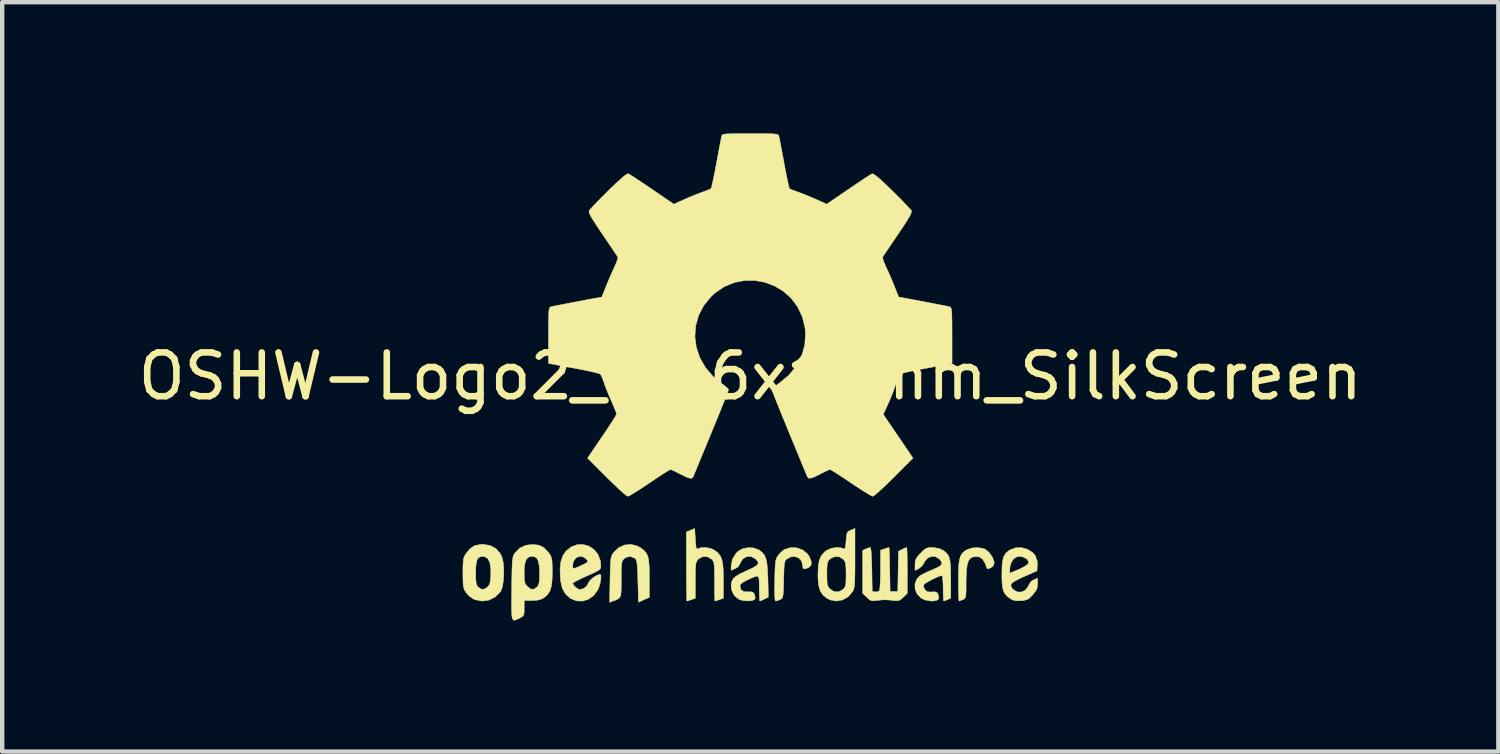
<source format=kicad_pcb>
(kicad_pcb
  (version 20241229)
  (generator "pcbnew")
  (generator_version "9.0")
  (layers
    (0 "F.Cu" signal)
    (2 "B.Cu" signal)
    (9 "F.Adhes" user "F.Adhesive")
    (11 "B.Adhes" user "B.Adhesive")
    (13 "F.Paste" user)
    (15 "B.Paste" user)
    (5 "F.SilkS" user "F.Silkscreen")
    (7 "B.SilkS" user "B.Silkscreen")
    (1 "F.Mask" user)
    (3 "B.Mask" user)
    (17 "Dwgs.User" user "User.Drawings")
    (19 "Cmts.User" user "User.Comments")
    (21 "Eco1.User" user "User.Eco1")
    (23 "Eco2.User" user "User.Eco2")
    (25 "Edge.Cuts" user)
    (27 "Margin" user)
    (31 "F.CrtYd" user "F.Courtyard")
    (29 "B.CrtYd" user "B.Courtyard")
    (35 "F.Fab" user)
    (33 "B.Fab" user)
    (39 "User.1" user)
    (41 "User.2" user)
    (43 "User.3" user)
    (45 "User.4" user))
  (footprint "OSHW-Logo2_14.6x12mm_SilkScreen"
    (layer "F.Cu")
    (at 14.101 5.552)
    (property "Reference" "OSHW-Logo2_14.6x12mm_SilkScreen" (at 0 0 0) (layer "F.SilkS") (effects (font (size 1 1) (thickness 0.15))))
    (attr board_only exclude_from_pos_files exclude_from_bom)
    (fp_poly (pts (xy 5.336 3.94) (xy 5.371 3.955) (xy 5.454 4.021) (xy 5.525 4.117) (xy 5.569 4.218) (xy 5.576 4.269) (xy 5.552 4.339) (xy 5.5 4.376) (xy 5.443 4.398) (xy 5.417 4.402) (xy 5.405 4.372) (xy 5.38 4.307) (xy 5.369 4.277) (xy 5.308 4.175) (xy 5.219 4.124) (xy 5.105 4.126) (xy 5.097 4.128) (xy 5.036 4.157) (xy 4.991 4.213) (xy 4.961 4.303) (xy 4.943 4.435) (xy 4.935 4.614) (xy 4.934 4.709) (xy 4.934 4.86) (xy 4.931 4.962) (xy 4.925 5.028) (xy 4.912 5.066) (xy 4.892 5.088) (xy 4.861 5.104) (xy 4.86 5.105) (xy 4.801 5.129) (xy 4.772 5.138) (xy 4.768 5.111) (xy 4.764 5.035) (xy 4.761 4.92) (xy 4.759 4.775) (xy 4.759 4.67) (xy 4.761 4.466) (xy 4.767 4.311) (xy 4.782 4.196) (xy 4.806 4.113) (xy 4.842 4.051) (xy 4.893 4.003) (xy 4.943 3.969) (xy 5.063 3.925) (xy 5.204 3.915) (xy 5.336 3.94)) (stroke (width 0.01) (type solid)) (fill yes) (layer "F.SilkS"))
    (fp_poly (pts (xy -2.583 3.878) (xy -2.489 3.932) (xy -2.424 3.986) (xy -2.376 4.042) (xy -2.343 4.111) (xy -2.323 4.202) (xy -2.311 4.327) (xy -2.307 4.493) (xy -2.306 4.613) (xy -2.306 5.054) (xy -2.431 5.109) (xy -2.555 5.165) (xy -2.569 4.682) (xy -2.575 4.502) (xy -2.582 4.371) (xy -2.589 4.281) (xy -2.6 4.222) (xy -2.614 4.185) (xy -2.634 4.163) (xy -2.64 4.158) (xy -2.736 4.12) (xy -2.833 4.135) (xy -2.89 4.175) (xy -2.914 4.203) (xy -2.93 4.241) (xy -2.94 4.297) (xy -2.946 4.383) (xy -2.948 4.51) (xy -2.949 4.641) (xy -2.949 4.806) (xy -2.952 4.923) (xy -2.961 5.002) (xy -2.981 5.052) (xy -3.015 5.086) (xy -3.068 5.112) (xy -3.138 5.138) (xy -3.215 5.168) (xy -3.206 4.649) (xy -3.202 4.463) (xy -3.198 4.324) (xy -3.192 4.226) (xy -3.183 4.156) (xy -3.169 4.107) (xy -3.15 4.067) (xy -3.127 4.033) (xy -3.015 3.922) (xy -2.878 3.858) (xy -2.73 3.842) (xy -2.583 3.878)) (stroke (width 0.01) (type solid)) (fill yes) (layer "F.SilkS"))
    (fp_poly (pts (xy 1.066 3.922) (xy 1.199 3.971) (xy 1.306 4.057) (xy 1.348 4.118) (xy 1.394 4.23) (xy 1.393 4.311) (xy 1.345 4.365) (xy 1.327 4.375) (xy 1.25 4.403) (xy 1.211 4.396) (xy 1.198 4.348) (xy 1.197 4.321) (xy 1.173 4.223) (xy 1.109 4.154) (xy 1.021 4.12) (xy 0.923 4.129) (xy 0.843 4.172) (xy 0.816 4.197) (xy 0.796 4.227) (xy 0.783 4.273) (xy 0.775 4.343) (xy 0.77 4.45) (xy 0.765 4.602) (xy 0.764 4.65) (xy 0.76 4.815) (xy 0.756 4.931) (xy 0.749 5.008) (xy 0.738 5.055) (xy 0.722 5.082) (xy 0.698 5.098) (xy 0.683 5.105) (xy 0.618 5.13) (xy 0.58 5.138) (xy 0.567 5.111) (xy 0.559 5.029) (xy 0.556 4.89) (xy 0.558 4.694) (xy 0.559 4.664) (xy 0.563 4.485) (xy 0.569 4.355) (xy 0.576 4.262) (xy 0.587 4.198) (xy 0.603 4.151) (xy 0.626 4.111) (xy 0.637 4.094) (xy 0.705 4.019) (xy 0.78 3.961) (xy 0.789 3.956) (xy 0.924 3.915) (xy 1.066 3.922)) (stroke (width 0.01) (type solid)) (fill yes) (layer "F.SilkS"))
    (fp_poly (pts (xy 3.58 3.94) (xy 3.585 4.017) (xy 3.588 4.133) (xy 3.59 4.281) (xy 3.591 4.435) (xy 3.591 4.959) (xy 3.499 5.051) (xy 3.435 5.108) (xy 3.379 5.131) (xy 3.303 5.13) (xy 3.272 5.126) (xy 3.178 5.115) (xy 3.099 5.109) (xy 3.08 5.108) (xy 3.016 5.112) (xy 2.924 5.121) (xy 2.888 5.126) (xy 2.8 5.133) (xy 2.741 5.118) (xy 2.683 5.072) (xy 2.662 5.051) (xy 2.569 4.959) (xy 2.569 3.98) (xy 2.644 3.946) (xy 2.708 3.921) (xy 2.745 3.912) (xy 2.755 3.94) (xy 2.764 4.018) (xy 2.771 4.136) (xy 2.777 4.288) (xy 2.78 4.416) (xy 2.788 4.919) (xy 2.858 4.929) (xy 2.921 4.922) (xy 2.952 4.9) (xy 2.961 4.858) (xy 2.968 4.77) (xy 2.974 4.645) (xy 2.977 4.496) (xy 2.977 4.419) (xy 2.978 3.976) (xy 3.07 3.944) (xy 3.135 3.922) (xy 3.17 3.912) (xy 3.171 3.912) (xy 3.175 3.94) (xy 3.179 4.016) (xy 3.183 4.133) (xy 3.186 4.279) (xy 3.189 4.416) (xy 3.197 4.919) (xy 3.372 4.919) (xy 3.38 4.46) (xy 3.388 4.001) (xy 3.474 3.956) (xy 3.537 3.926) (xy 3.574 3.912) (xy 3.575 3.912) (xy 3.58 3.94)) (stroke (width 0.01) (type solid)) (fill yes) (layer "F.SilkS"))
    (fp_poly (pts (xy -1.255 3.724) (xy -1.247 3.843) (xy -1.237 3.914) (xy -1.223 3.944) (xy -1.203 3.945) (xy -1.197 3.941) (xy -1.111 3.914) (xy -0.999 3.916) (xy -0.886 3.943) (xy -0.814 3.978) (xy -0.742 4.035) (xy -0.688 4.099) (xy -0.652 4.18) (xy -0.629 4.288) (xy -0.617 4.433) (xy -0.613 4.624) (xy -0.613 4.661) (xy -0.613 5.074) (xy -0.705 5.106) (xy -0.77 5.128) (xy -0.806 5.138) (xy -0.807 5.138) (xy -0.811 5.111) (xy -0.814 5.035) (xy -0.816 4.921) (xy -0.817 4.778) (xy -0.817 4.691) (xy -0.818 4.52) (xy -0.82 4.397) (xy -0.825 4.313) (xy -0.834 4.258) (xy -0.849 4.221) (xy -0.871 4.193) (xy -0.885 4.18) (xy -0.979 4.126) (xy -1.082 4.122) (xy -1.175 4.168) (xy -1.192 4.184) (xy -1.217 4.215) (xy -1.235 4.252) (xy -1.246 4.304) (xy -1.252 4.384) (xy -1.255 4.501) (xy -1.255 4.663) (xy -1.255 5.074) (xy -1.347 5.106) (xy -1.413 5.128) (xy -1.448 5.138) (xy -1.45 5.138) (xy -1.452 5.11) (xy -1.455 5.032) (xy -1.457 4.909) (xy -1.458 4.751) (xy -1.459 4.565) (xy -1.46 4.358) (xy -1.46 4.349) (xy -1.46 3.559) (xy -1.365 3.519) (xy -1.27 3.479) (xy -1.255 3.724)) (stroke (width 0.01) (type solid)) (fill yes) (layer "F.SilkS"))
    (fp_poly (pts (xy -5.952 3.866) (xy -5.815 3.938) (xy -5.714 4.054) (xy -5.678 4.128) (xy -5.65 4.24) (xy -5.636 4.381) (xy -5.635 4.535) (xy -5.645 4.686) (xy -5.668 4.816) (xy -5.701 4.91) (xy -5.711 4.926) (xy -5.833 5.046) (xy -5.977 5.118) (xy -6.133 5.139) (xy -6.291 5.107) (xy -6.335 5.087) (xy -6.42 5.027) (xy -6.496 4.947) (xy -6.503 4.937) (xy -6.532 4.888) (xy -6.551 4.836) (xy -6.562 4.767) (xy -6.567 4.669) (xy -6.569 4.528) (xy -6.569 4.496) (xy -6.569 4.486) (xy -6.277 4.486) (xy -6.275 4.619) (xy -6.269 4.708) (xy -6.255 4.765) (xy -6.231 4.804) (xy -6.219 4.817) (xy -6.149 4.867) (xy -6.081 4.865) (xy -6.012 4.822) (xy -5.971 4.775) (xy -5.947 4.708) (xy -5.934 4.601) (xy -5.933 4.589) (xy -5.93 4.396) (xy -5.955 4.253) (xy -6.005 4.16) (xy -6.082 4.119) (xy -6.109 4.117) (xy -6.181 4.128) (xy -6.23 4.167) (xy -6.26 4.242) (xy -6.274 4.361) (xy -6.277 4.486) (xy -6.569 4.486) (xy -6.568 4.346) (xy -6.563 4.241) (xy -6.553 4.168) (xy -6.536 4.114) (xy -6.509 4.067) (xy -6.503 4.058) (xy -6.404 3.939) (xy -6.296 3.87) (xy -6.164 3.843) (xy -6.119 3.841) (xy -5.952 3.866)) (stroke (width 0.01) (type solid)) (fill yes) (layer "F.SilkS"))
    (fp_poly (pts (xy 6.343 3.957) (xy 6.459 4.032) (xy 6.515 4.1) (xy 6.559 4.222) (xy 6.562 4.319) (xy 6.554 4.449) (xy 6.255 4.58) (xy 6.11 4.647) (xy 6.015 4.701) (xy 5.965 4.747) (xy 5.957 4.793) (xy 5.984 4.843) (xy 6.014 4.876) (xy 6.102 4.929) (xy 6.198 4.932) (xy 6.286 4.891) (xy 6.351 4.809) (xy 6.362 4.78) (xy 6.418 4.69) (xy 6.482 4.651) (xy 6.569 4.618) (xy 6.569 4.743) (xy 6.561 4.828) (xy 6.531 4.9) (xy 6.468 4.982) (xy 6.458 4.993) (xy 6.388 5.066) (xy 6.327 5.106) (xy 6.251 5.124) (xy 6.188 5.13) (xy 6.075 5.131) (xy 5.995 5.113) (xy 5.945 5.085) (xy 5.867 5.024) (xy 5.812 4.958) (xy 5.778 4.874) (xy 5.759 4.762) (xy 5.752 4.609) (xy 5.752 4.531) (xy 5.754 4.438) (xy 5.93 4.438) (xy 5.932 4.488) (xy 5.937 4.496) (xy 5.971 4.485) (xy 6.043 4.455) (xy 6.14 4.414) (xy 6.16 4.405) (xy 6.282 4.342) (xy 6.35 4.288) (xy 6.364 4.237) (xy 6.329 4.185) (xy 6.3 4.162) (xy 6.194 4.116) (xy 6.095 4.124) (xy 6.013 4.18) (xy 5.956 4.279) (xy 5.937 4.357) (xy 5.93 4.438) (xy 5.754 4.438) (xy 5.755 4.349) (xy 5.769 4.215) (xy 5.797 4.117) (xy 5.842 4.045) (xy 5.907 3.988) (xy 5.935 3.969) (xy 6.065 3.921) (xy 6.206 3.918) (xy 6.343 3.957)) (stroke (width 0.01) (type solid)) (fill yes) (layer "F.SilkS"))
    (fp_poly (pts (xy 2.394 4.154) (xy 2.394 4.373) (xy 2.392 4.541) (xy 2.389 4.666) (xy 2.384 4.757) (xy 2.375 4.822) (xy 2.364 4.869) (xy 2.348 4.906) (xy 2.336 4.927) (xy 2.236 5.041) (xy 2.111 5.112) (xy 1.971 5.138) (xy 1.832 5.114) (xy 1.749 5.072) (xy 1.662 4.999) (xy 1.602 4.911) (xy 1.566 4.794) (xy 1.55 4.639) (xy 1.547 4.525) (xy 1.548 4.517) (xy 1.752 4.517) (xy 1.753 4.648) (xy 1.759 4.734) (xy 1.772 4.791) (xy 1.795 4.832) (xy 1.823 4.862) (xy 1.918 4.922) (xy 2.019 4.927) (xy 2.115 4.877) (xy 2.122 4.871) (xy 2.154 4.836) (xy 2.174 4.794) (xy 2.185 4.732) (xy 2.189 4.636) (xy 2.19 4.529) (xy 2.188 4.396) (xy 2.182 4.307) (xy 2.169 4.248) (xy 2.145 4.206) (xy 2.126 4.184) (xy 2.038 4.128) (xy 1.936 4.121) (xy 1.838 4.164) (xy 1.819 4.18) (xy 1.787 4.215) (xy 1.767 4.258) (xy 1.757 4.32) (xy 1.752 4.417) (xy 1.752 4.517) (xy 1.548 4.517) (xy 1.555 4.342) (xy 1.578 4.204) (xy 1.624 4.101) (xy 1.694 4.02) (xy 1.749 3.978) (xy 1.848 3.934) (xy 1.964 3.913) (xy 2.071 3.919) (xy 2.131 3.941) (xy 2.155 3.947) (xy 2.17 3.924) (xy 2.181 3.86) (xy 2.19 3.763) (xy 2.199 3.655) (xy 2.211 3.589) (xy 2.234 3.552) (xy 2.274 3.528) (xy 2.299 3.517) (xy 2.394 3.477) (xy 2.394 4.154)) (stroke (width 0.01) (type solid)) (fill yes) (layer "F.SilkS"))
    (fp_poly (pts (xy -3.684 3.885) (xy -3.569 3.962) (xy -3.48 4.074) (xy -3.427 4.216) (xy -3.417 4.321) (xy -3.418 4.365) (xy -3.428 4.398) (xy -3.456 4.428) (xy -3.511 4.461) (xy -3.601 4.505) (xy -3.736 4.565) (xy -3.737 4.565) (xy -3.861 4.622) (xy -3.963 4.673) (xy -4.032 4.711) (xy -4.058 4.733) (xy -4.058 4.733) (xy -4.035 4.78) (xy -3.982 4.831) (xy -3.921 4.868) (xy -3.889 4.876) (xy -3.805 4.85) (xy -3.732 4.786) (xy -3.696 4.716) (xy -3.662 4.664) (xy -3.595 4.605) (xy -3.516 4.554) (xy -3.446 4.527) (xy -3.432 4.525) (xy -3.415 4.55) (xy -3.414 4.614) (xy -3.426 4.701) (xy -3.449 4.793) (xy -3.48 4.873) (xy -3.482 4.877) (xy -3.575 5.007) (xy -3.696 5.095) (xy -3.833 5.139) (xy -3.975 5.134) (xy -4.112 5.077) (xy -4.118 5.073) (xy -4.225 4.975) (xy -4.296 4.848) (xy -4.335 4.682) (xy -4.34 4.635) (xy -4.349 4.413) (xy -4.338 4.31) (xy -4.058 4.31) (xy -4.055 4.375) (xy -4.035 4.393) (xy -3.985 4.379) (xy -3.907 4.346) (xy -3.819 4.304) (xy -3.817 4.303) (xy -3.743 4.264) (xy -3.713 4.238) (xy -3.721 4.211) (xy -3.751 4.175) (xy -3.83 4.123) (xy -3.915 4.119) (xy -3.991 4.157) (xy -4.043 4.23) (xy -4.058 4.31) (xy -4.338 4.31) (xy -4.33 4.236) (xy -4.281 4.096) (xy -4.213 3.997) (xy -4.09 3.898) (xy -3.954 3.849) (xy -3.816 3.846) (xy -3.684 3.885)) (stroke (width 0.01) (type solid)) (fill yes) (layer "F.SilkS"))
    (fp_poly (pts (xy 0.08 3.924) (xy 0.194 3.967) (xy 0.196 3.968) (xy 0.266 4.02) (xy 0.319 4.081) (xy 0.355 4.16) (xy 0.38 4.267) (xy 0.394 4.413) (xy 0.403 4.605) (xy 0.404 4.633) (xy 0.414 5.047) (xy 0.325 5.092) (xy 0.261 5.123) (xy 0.222 5.138) (xy 0.22 5.138) (xy 0.214 5.111) (xy 0.208 5.038) (xy 0.205 4.931) (xy 0.204 4.844) (xy 0.204 4.704) (xy 0.198 4.616) (xy 0.176 4.574) (xy 0.128 4.572) (xy 0.045 4.604) (xy -0.08 4.662) (xy -0.172 4.711) (xy -0.22 4.753) (xy -0.234 4.799) (xy -0.234 4.801) (xy -0.211 4.88) (xy -0.143 4.923) (xy -0.039 4.929) (xy 0.036 4.928) (xy 0.076 4.95) (xy 0.1 5.002) (xy 0.115 5.068) (xy 0.094 5.105) (xy 0.087 5.11) (xy 0.014 5.132) (xy -0.087 5.135) (xy -0.192 5.121) (xy -0.266 5.095) (xy -0.368 5.008) (xy -0.426 4.887) (xy -0.438 4.792) (xy -0.429 4.707) (xy -0.397 4.637) (xy -0.334 4.576) (xy -0.232 4.514) (xy -0.082 4.444) (xy -0.073 4.44) (xy 0.062 4.378) (xy 0.145 4.326) (xy 0.181 4.28) (xy 0.173 4.234) (xy 0.126 4.18) (xy 0.112 4.168) (xy 0.017 4.12) (xy -0.081 4.122) (xy -0.166 4.169) (xy -0.223 4.256) (xy -0.228 4.273) (xy -0.279 4.356) (xy -0.344 4.395) (xy -0.438 4.435) (xy -0.438 4.333) (xy -0.409 4.184) (xy -0.325 4.048) (xy -0.28 4.002) (xy -0.18 3.944) (xy -0.052 3.917) (xy 0.08 3.924)) (stroke (width 0.01) (type solid)) (fill yes) (layer "F.SilkS"))
    (fp_poly (pts (xy -4.828 3.862) (xy -4.717 3.918) (xy -4.618 4.02) (xy -4.591 4.058) (xy -4.561 4.107) (xy -4.542 4.161) (xy -4.531 4.233) (xy -4.526 4.337) (xy -4.525 4.474) (xy -4.53 4.662) (xy -4.547 4.803) (xy -4.58 4.908) (xy -4.632 4.988) (xy -4.706 5.055) (xy -4.711 5.059) (xy -4.785 5.099) (xy -4.873 5.119) (xy -4.985 5.124) (xy -5.167 5.124) (xy -5.168 5.301) (xy -5.169 5.399) (xy -5.18 5.457) (xy -5.207 5.492) (xy -5.258 5.521) (xy -5.271 5.527) (xy -5.329 5.555) (xy -5.374 5.573) (xy -5.407 5.574) (xy -5.431 5.554) (xy -5.446 5.506) (xy -5.454 5.424) (xy -5.458 5.303) (xy -5.457 5.136) (xy -5.454 4.919) (xy -5.454 4.854) (xy -5.451 4.63) (xy -5.448 4.483) (xy -5.168 4.483) (xy -5.166 4.607) (xy -5.159 4.689) (xy -5.143 4.743) (xy -5.115 4.784) (xy -5.096 4.804) (xy -5.018 4.863) (xy -4.949 4.868) (xy -4.877 4.819) (xy -4.876 4.817) (xy -4.847 4.78) (xy -4.829 4.728) (xy -4.82 4.65) (xy -4.817 4.529) (xy -4.817 4.503) (xy -4.824 4.337) (xy -4.846 4.222) (xy -4.885 4.151) (xy -4.945 4.12) (xy -4.979 4.117) (xy -5.061 4.131) (xy -5.118 4.181) (xy -5.151 4.27) (xy -5.166 4.407) (xy -5.168 4.483) (xy -5.448 4.483) (xy -5.448 4.456) (xy -5.444 4.325) (xy -5.438 4.23) (xy -5.43 4.162) (xy -5.419 4.115) (xy -5.404 4.079) (xy -5.385 4.048) (xy -5.377 4.036) (xy -5.267 3.925) (xy -5.129 3.862) (xy -4.968 3.844) (xy -4.828 3.862)) (stroke (width 0.01) (type solid)) (fill yes) (layer "F.SilkS"))
    (fp_poly (pts (xy 4.314 3.935) (xy 4.398 3.973) (xy 4.464 4.02) (xy 4.513 4.072) (xy 4.546 4.138) (xy 4.567 4.23) (xy 4.579 4.355) (xy 4.583 4.525) (xy 4.584 4.636) (xy 4.584 5.071) (xy 4.509 5.105) (xy 4.451 5.129) (xy 4.422 5.138) (xy 4.416 5.111) (xy 4.412 5.038) (xy 4.409 4.931) (xy 4.409 4.846) (xy 4.406 4.724) (xy 4.399 4.627) (xy 4.39 4.567) (xy 4.382 4.554) (xy 4.33 4.567) (xy 4.249 4.601) (xy 4.155 4.645) (xy 4.065 4.694) (xy 3.995 4.737) (xy 3.963 4.767) (xy 3.963 4.767) (xy 3.965 4.822) (xy 3.99 4.874) (xy 4.035 4.917) (xy 4.099 4.931) (xy 4.154 4.929) (xy 4.232 4.928) (xy 4.273 4.946) (xy 4.297 4.995) (xy 4.3 5.004) (xy 4.311 5.073) (xy 4.283 5.114) (xy 4.208 5.134) (xy 4.128 5.138) (xy 3.984 5.111) (xy 3.909 5.072) (xy 3.817 4.98) (xy 3.768 4.868) (xy 3.764 4.749) (xy 3.805 4.638) (xy 3.867 4.569) (xy 3.929 4.53) (xy 4.027 4.481) (xy 4.141 4.431) (xy 4.16 4.424) (xy 4.285 4.369) (xy 4.357 4.32) (xy 4.38 4.272) (xy 4.358 4.217) (xy 4.321 4.175) (xy 4.233 4.123) (xy 4.137 4.119) (xy 4.048 4.159) (xy 3.984 4.239) (xy 3.976 4.26) (xy 3.927 4.336) (xy 3.856 4.393) (xy 3.766 4.439) (xy 3.766 4.308) (xy 3.771 4.227) (xy 3.794 4.164) (xy 3.844 4.096) (xy 3.893 4.044) (xy 3.968 3.97) (xy 4.026 3.931) (xy 4.088 3.915) (xy 4.159 3.912) (xy 4.314 3.935)) (stroke (width 0.01) (type solid)) (fill yes) (layer "F.SilkS"))
    (fp_poly (pts (xy 0.209 -5.547) (xy 0.367 -5.546) (xy 0.481 -5.544) (xy 0.559 -5.539) (xy 0.609 -5.532) (xy 0.636 -5.521) (xy 0.65 -5.505) (xy 0.656 -5.484) (xy 0.657 -5.481) (xy 0.667 -5.433) (xy 0.686 -5.337) (xy 0.711 -5.204) (xy 0.741 -5.045) (xy 0.774 -4.868) (xy 0.775 -4.862) (xy 0.807 -4.689) (xy 0.838 -4.537) (xy 0.865 -4.413) (xy 0.885 -4.328) (xy 0.898 -4.291) (xy 0.898 -4.29) (xy 0.935 -4.272) (xy 1.011 -4.242) (xy 1.109 -4.206) (xy 1.109 -4.205) (xy 1.233 -4.159) (xy 1.379 -4.099) (xy 1.517 -4.04) (xy 1.523 -4.037) (xy 1.747 -3.935) (xy 2.244 -4.274) (xy 2.396 -4.377) (xy 2.534 -4.47) (xy 2.649 -4.546) (xy 2.735 -4.601) (xy 2.782 -4.629) (xy 2.786 -4.631) (xy 2.82 -4.621) (xy 2.884 -4.577) (xy 2.98 -4.495) (xy 3.11 -4.373) (xy 3.243 -4.244) (xy 3.372 -4.116) (xy 3.487 -4) (xy 3.581 -3.902) (xy 3.648 -3.829) (xy 3.681 -3.79) (xy 3.682 -3.788) (xy 3.686 -3.76) (xy 3.672 -3.716) (xy 3.638 -3.648) (xy 3.579 -3.551) (xy 3.493 -3.418) (xy 3.378 -3.248) (xy 3.276 -3.097) (xy 3.185 -2.963) (xy 3.11 -2.851) (xy 3.056 -2.771) (xy 3.029 -2.73) (xy 3.028 -2.727) (xy 3.031 -2.687) (xy 3.056 -2.61) (xy 3.098 -2.511) (xy 3.113 -2.479) (xy 3.178 -2.337) (xy 3.247 -2.176) (xy 3.304 -2.036) (xy 3.344 -1.933) (xy 3.377 -1.854) (xy 3.395 -1.813) (xy 3.397 -1.81) (xy 3.432 -1.805) (xy 3.513 -1.791) (xy 3.629 -1.769) (xy 3.771 -1.743) (xy 3.927 -1.713) (xy 4.087 -1.683) (xy 4.239 -1.653) (xy 4.374 -1.627) (xy 4.479 -1.606) (xy 4.546 -1.593) (xy 4.562 -1.589) (xy 4.579 -1.579) (xy 4.591 -1.557) (xy 4.6 -1.516) (xy 4.607 -1.449) (xy 4.61 -1.347) (xy 4.612 -1.204) (xy 4.613 -1.013) (xy 4.613 -0.934) (xy 4.613 -0.296) (xy 4.46 -0.266) (xy 4.374 -0.249) (xy 4.247 -0.225) (xy 4.093 -0.197) (xy 3.929 -0.167) (xy 3.883 -0.158) (xy 3.731 -0.129) (xy 3.598 -0.1) (xy 3.497 -0.074) (xy 3.437 -0.054) (xy 3.427 -0.048) (xy 3.402 -0.005) (xy 3.367 0.076) (xy 3.328 0.182) (xy 3.32 0.204) (xy 3.269 0.345) (xy 3.206 0.504) (xy 3.144 0.646) (xy 3.144 0.647) (xy 3.04 0.87) (xy 3.72 1.87) (xy 3.284 2.307) (xy 3.152 2.437) (xy 3.031 2.552) (xy 2.929 2.645) (xy 2.852 2.711) (xy 2.807 2.742) (xy 2.801 2.744) (xy 2.763 2.729) (xy 2.686 2.684) (xy 2.577 2.617) (xy 2.447 2.533) (xy 2.305 2.438) (xy 2.161 2.341) (xy 2.033 2.257) (xy 1.929 2.19) (xy 1.857 2.147) (xy 1.824 2.131) (xy 1.785 2.144) (xy 1.71 2.179) (xy 1.614 2.227) (xy 1.604 2.233) (xy 1.476 2.297) (xy 1.389 2.328) (xy 1.334 2.329) (xy 1.306 2.3) (xy 1.305 2.299) (xy 1.291 2.264) (xy 1.257 2.182) (xy 1.206 2.059) (xy 1.141 1.9) (xy 1.064 1.714) (xy 0.977 1.505) (xy 0.894 1.302) (xy 0.802 1.079) (xy 0.717 0.872) (xy 0.643 0.688) (xy 0.581 0.533) (xy 0.534 0.414) (xy 0.505 0.336) (xy 0.496 0.307) (xy 0.519 0.274) (xy 0.577 0.221) (xy 0.656 0.163) (xy 0.879 -0.022) (xy 1.053 -0.234) (xy 1.176 -0.468) (xy 1.247 -0.721) (xy 1.262 -0.987) (xy 1.251 -1.109) (xy 1.189 -1.364) (xy 1.082 -1.589) (xy 0.937 -1.782) (xy 0.76 -1.941) (xy 0.559 -2.063) (xy 0.339 -2.147) (xy 0.107 -2.19) (xy -0.13 -2.189) (xy -0.365 -2.144) (xy -0.592 -2.05) (xy -0.804 -1.907) (xy -0.892 -1.827) (xy -1.062 -1.619) (xy -1.18 -1.392) (xy -1.248 -1.153) (xy -1.265 -0.907) (xy -1.233 -0.662) (xy -1.153 -0.424) (xy -1.025 -0.2) (xy -0.851 0.003) (xy -0.656 0.163) (xy -0.574 0.224) (xy -0.517 0.276) (xy -0.496 0.307) (xy -0.507 0.342) (xy -0.538 0.423) (xy -0.586 0.546) (xy -0.649 0.704) (xy -0.725 0.891) (xy -0.81 1.099) (xy -0.894 1.302) (xy -0.986 1.526) (xy -1.072 1.733) (xy -1.148 1.917) (xy -1.212 2.072) (xy -1.262 2.192) (xy -1.294 2.27) (xy -1.306 2.299) (xy -1.334 2.329) (xy -1.388 2.329) (xy -1.476 2.297) (xy -1.603 2.233) (xy -1.604 2.233) (xy -1.701 2.183) (xy -1.778 2.147) (xy -1.822 2.131) (xy -1.824 2.131) (xy -1.857 2.147) (xy -1.93 2.191) (xy -2.035 2.258) (xy -2.163 2.342) (xy -2.305 2.438) (xy -2.45 2.535) (xy -2.58 2.619) (xy -2.688 2.686) (xy -2.764 2.729) (xy -2.801 2.744) (xy -2.835 2.724) (xy -2.902 2.669) (xy -2.997 2.584) (xy -3.112 2.475) (xy -3.242 2.349) (xy -3.284 2.307) (xy -3.72 1.87) (xy -3.388 1.382) (xy -3.287 1.233) (xy -3.198 1.098) (xy -3.127 0.987) (xy -3.078 0.907) (xy -3.056 0.865) (xy -3.056 0.862) (xy -3.067 0.823) (xy -3.098 0.744) (xy -3.143 0.639) (xy -3.174 0.568) (xy -3.233 0.433) (xy -3.289 0.296) (xy -3.332 0.181) (xy -3.343 0.146) (xy -3.376 0.052) (xy -3.409 -0.02) (xy -3.427 -0.048) (xy -3.466 -0.064) (xy -3.552 -0.088) (xy -3.673 -0.116) (xy -3.818 -0.146) (xy -3.883 -0.158) (xy -4.048 -0.189) (xy -4.206 -0.218) (xy -4.343 -0.243) (xy -4.441 -0.262) (xy -4.46 -0.266) (xy -4.613 -0.296) (xy -4.613 -0.934) (xy -4.613 -1.144) (xy -4.611 -1.303) (xy -4.608 -1.418) (xy -4.603 -1.497) (xy -4.595 -1.546) (xy -4.583 -1.573) (xy -4.568 -1.586) (xy -4.562 -1.589) (xy -4.524 -1.597) (xy -4.44 -1.614) (xy -4.321 -1.637) (xy -4.178 -1.665) (xy -4.022 -1.695) (xy -3.862 -1.725) (xy -3.711 -1.754) (xy -3.578 -1.779) (xy -3.475 -1.797) (xy -3.412 -1.808) (xy -3.397 -1.81) (xy -3.385 -1.835) (xy -3.357 -1.902) (xy -3.318 -1.999) (xy -3.304 -2.036) (xy -3.245 -2.182) (xy -3.175 -2.343) (xy -3.113 -2.479) (xy -3.067 -2.582) (xy -3.036 -2.668) (xy -3.026 -2.72) (xy -3.028 -2.727) (xy -3.049 -2.76) (xy -3.098 -2.833) (xy -3.17 -2.939) (xy -3.258 -3.07) (xy -3.359 -3.218) (xy -3.379 -3.247) (xy -3.495 -3.42) (xy -3.581 -3.552) (xy -3.639 -3.648) (xy -3.673 -3.716) (xy -3.686 -3.76) (xy -3.683 -3.787) (xy -3.683 -3.787) (xy -3.654 -3.823) (xy -3.59 -3.893) (xy -3.498 -3.988) (xy -3.385 -4.103) (xy -3.258 -4.23) (xy -3.243 -4.244) (xy -3.083 -4.399) (xy -2.959 -4.513) (xy -2.87 -4.588) (xy -2.812 -4.626) (xy -2.786 -4.631) (xy -2.749 -4.609) (xy -2.671 -4.56) (xy -2.562 -4.488) (xy -2.428 -4.399) (xy -2.279 -4.298) (xy -2.244 -4.274) (xy -1.747 -3.935) (xy -1.523 -4.037) (xy -1.387 -4.096) (xy -1.241 -4.156) (xy -1.115 -4.203) (xy -1.109 -4.205) (xy -1.011 -4.241) (xy -0.935 -4.272) (xy -0.898 -4.29) (xy -0.898 -4.29) (xy -0.886 -4.323) (xy -0.867 -4.405) (xy -0.84 -4.525) (xy -0.81 -4.676) (xy -0.777 -4.848) (xy -0.775 -4.862) (xy -0.742 -5.039) (xy -0.712 -5.199) (xy -0.686 -5.333) (xy -0.667 -5.43) (xy -0.657 -5.481) (xy -0.657 -5.481) (xy -0.651 -5.503) (xy -0.638 -5.519) (xy -0.613 -5.531) (xy -0.566 -5.539) (xy -0.492 -5.543) (xy -0.382 -5.546) (xy -0.229 -5.547) (xy -0.026 -5.547) (xy 0 -5.547) (xy 0.209 -5.547)) (stroke (width 0.01) (type solid)) (fill yes) (layer "F.SilkS")))
  (gr_rect
    (start -3 -3)
    (end 31.202 14.131)
    (stroke (width 0.1) (type default))
    (fill no)
    (layer "Edge.Cuts")))
</source>
